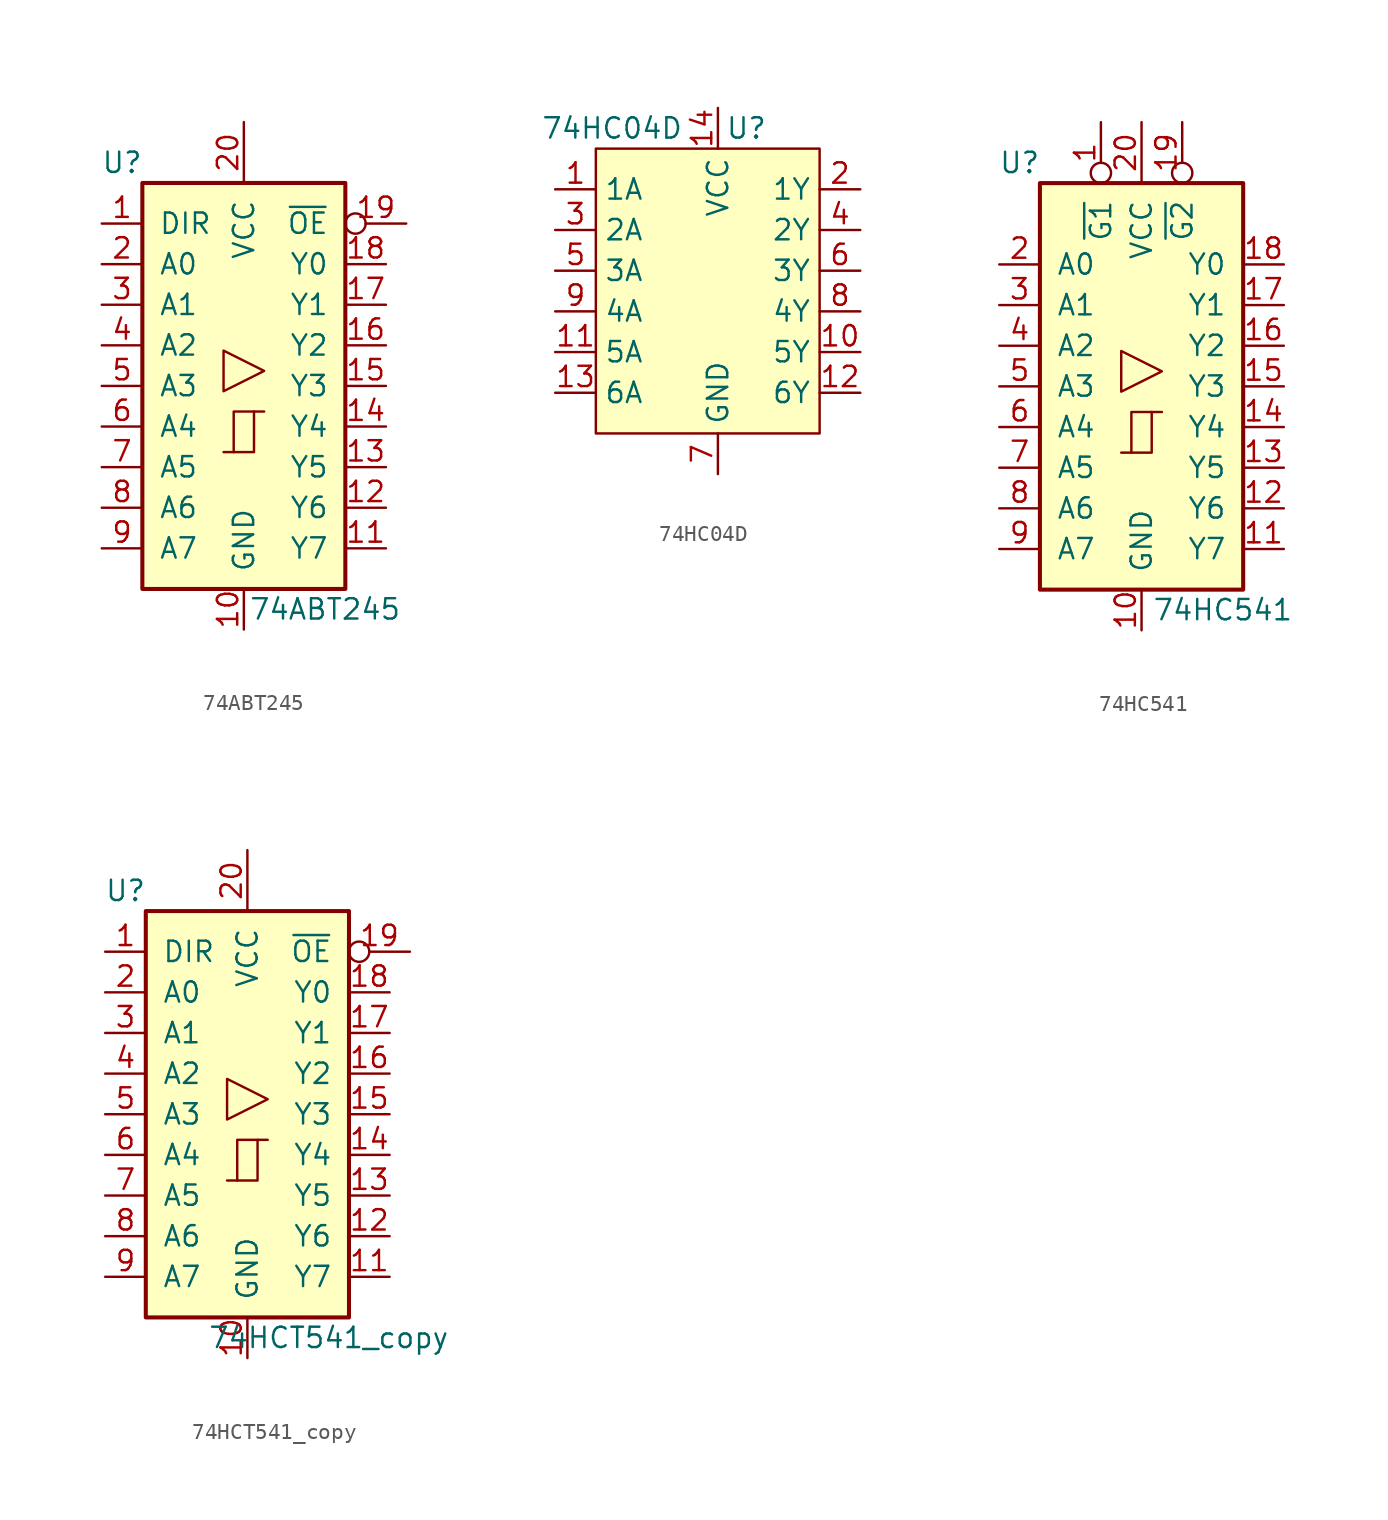
<source format=kicad_sym>
(kicad_symbol_lib
  (version 20241209)
  (generator "kicad_symbol_editor")
  (generator_version "9.0")
  (symbol "74ABT245"
    (pin_names
      (offset 1.016))
    (property "Reference" "U"
      (at -7.62 13.97 0)
      (effects (font (size 1.27 1.27))))
    (property "Value" "74ABT245"
      (at 5.08 -13.97 0)
      (effects (font (size 1.27 1.27))))
    (symbol "74ABT245_1_0"
      (polyline (pts (xy -1.27 -4.14) (xy 0.635 -4.14) (xy 0.635 -1.6) (xy 1.27 -1.6)) (stroke (width 0) (type default)) (fill (type none)))
      (polyline (pts (xy -0.635 -4.14) (xy -0.635 -1.6) (xy 0.635 -1.6)) (stroke (width 0) (type default)) (fill (type none)))
      (polyline (pts (xy 1.27 0.94) (xy -1.27 2.21) (xy -1.27 -0.33) (xy 1.27 0.94)) (stroke (width 0.152) (type default)) (fill (type none)))
      (pin input line (at -8.89 10.16 0) (length 2.54) (name "DIR" (effects (font (size 1.27 1.27)))) (number "1" (effects (font (size 1.27 1.27)))))
      (pin input line (at -8.89 7.62 0) (length 2.54) (name "A0" (effects (font (size 1.27 1.27)))) (number "2" (effects (font (size 1.27 1.27)))))
      (pin input line (at -8.89 5.08 0) (length 2.54) (name "A1" (effects (font (size 1.27 1.27)))) (number "3" (effects (font (size 1.27 1.27)))))
      (pin input line (at -8.89 2.54 0) (length 2.54) (name "A2" (effects (font (size 1.27 1.27)))) (number "4" (effects (font (size 1.27 1.27)))))
      (pin input line (at -8.89 0 0) (length 2.54) (name "A3" (effects (font (size 1.27 1.27)))) (number "5" (effects (font (size 1.27 1.27)))))
      (pin input line (at -8.89 -2.54 0) (length 2.54) (name "A4" (effects (font (size 1.27 1.27)))) (number "6" (effects (font (size 1.27 1.27)))))
      (pin input line (at -8.89 -5.08 0) (length 2.54) (name "A5" (effects (font (size 1.27 1.27)))) (number "7" (effects (font (size 1.27 1.27)))))
      (pin input line (at -8.89 -7.62 0) (length 2.54) (name "A6" (effects (font (size 1.27 1.27)))) (number "8" (effects (font (size 1.27 1.27)))))
      (pin input line (at -8.89 -10.16 0) (length 2.54) (name "A7" (effects (font (size 1.27 1.27)))) (number "9" (effects (font (size 1.27 1.27)))))
      (pin power_in line (at 0 16.51 270) (length 3.81) (name "VCC" (effects (font (size 1.27 1.27)))) (number "20" (effects (font (size 1.27 1.27)))))
      (pin power_in line (at 0 -15.24 90) (length 2.54) (name "GND" (effects (font (size 1.27 1.27)))) (number "10" (effects (font (size 1.27 1.27)))))
      (pin tri_state line (at 8.89 7.62 180) (length 2.54) (name "Y0" (effects (font (size 1.27 1.27)))) (number "18" (effects (font (size 1.27 1.27)))))
      (pin tri_state line (at 8.89 5.08 180) (length 2.54) (name "Y1" (effects (font (size 1.27 1.27)))) (number "17" (effects (font (size 1.27 1.27)))))
      (pin tri_state line (at 8.89 2.54 180) (length 2.54) (name "Y2" (effects (font (size 1.27 1.27)))) (number "16" (effects (font (size 1.27 1.27)))))
      (pin tri_state line (at 8.89 0 180) (length 2.54) (name "Y3" (effects (font (size 1.27 1.27)))) (number "15" (effects (font (size 1.27 1.27)))))
      (pin tri_state line (at 8.89 -2.54 180) (length 2.54) (name "Y4" (effects (font (size 1.27 1.27)))) (number "14" (effects (font (size 1.27 1.27)))))
      (pin tri_state line (at 8.89 -5.08 180) (length 2.54) (name "Y5" (effects (font (size 1.27 1.27)))) (number "13" (effects (font (size 1.27 1.27)))))
      (pin tri_state line (at 8.89 -7.62 180) (length 2.54) (name "Y6" (effects (font (size 1.27 1.27)))) (number "12" (effects (font (size 1.27 1.27)))))
      (pin tri_state line (at 8.89 -10.16 180) (length 2.54) (name "Y7" (effects (font (size 1.27 1.27)))) (number "11" (effects (font (size 1.27 1.27)))))
      (pin input inverted (at 10.16 10.16 180) (length 3.81) (name "~{OE}" (effects (font (size 1.27 1.27)))) (number "19" (effects (font (size 1.27 1.27))))))
    (symbol "74ABT245_1_1"
      (rectangle (start -6.35 12.7) (end 6.35 -12.7) (stroke (width 0.254) (type default)) (fill (type background)))))
  (symbol "74HC04D"
    (property "Reference" "U"
      (at 1.778 10.16 0)
      (effects (font (size 1.27 1.27))))
    (property "Value" "74HC04D"
      (at -6.604 10.16 0)
      (effects (font (size 1.27 1.27))))
    (symbol "74HC04D_1_1"
      (rectangle (start -7.62 8.89) (end 6.35 -8.89) (stroke (width 0) (type solid)) (fill (type background)))
      (pin input line (at -10.16 6.35 0) (length 2.54) (name "1A" (effects (font (size 1.27 1.27)))) (number "1" (effects (font (size 1.27 1.27)))))
      (pin input line (at -10.16 3.81 0) (length 2.54) (name "2A" (effects (font (size 1.27 1.27)))) (number "3" (effects (font (size 1.27 1.27)))))
      (pin input line (at -10.16 1.27 0) (length 2.54) (name "3A" (effects (font (size 1.27 1.27)))) (number "5" (effects (font (size 1.27 1.27)))))
      (pin input line (at -10.16 -1.27 0) (length 2.54) (name "4A" (effects (font (size 1.27 1.27)))) (number "9" (effects (font (size 1.27 1.27)))))
      (pin input line (at -10.16 -3.81 0) (length 2.54) (name "5A" (effects (font (size 1.27 1.27)))) (number "11" (effects (font (size 1.27 1.27)))))
      (pin input line (at -10.16 -6.35 0) (length 2.54) (name "6A" (effects (font (size 1.27 1.27)))) (number "13" (effects (font (size 1.27 1.27)))))
      (pin power_in line (at 0 11.43 270) (length 2.54) (name "VCC" (effects (font (size 1.27 1.27)))) (number "14" (effects (font (size 1.27 1.27)))))
      (pin power_in line (at 0 -11.43 90) (length 2.54) (name "GND" (effects (font (size 1.27 1.27)))) (number "7" (effects (font (size 1.27 1.27)))))
      (pin output line (at 8.89 6.35 180) (length 2.54) (name "1Y" (effects (font (size 1.27 1.27)))) (number "2" (effects (font (size 1.27 1.27)))))
      (pin output line (at 8.89 3.81 180) (length 2.54) (name "2Y" (effects (font (size 1.27 1.27)))) (number "4" (effects (font (size 1.27 1.27)))))
      (pin output line (at 8.89 1.27 180) (length 2.54) (name "3Y" (effects (font (size 1.27 1.27)))) (number "6" (effects (font (size 1.27 1.27)))))
      (pin output line (at 8.89 -1.27 180) (length 2.54) (name "4Y" (effects (font (size 1.27 1.27)))) (number "8" (effects (font (size 1.27 1.27)))))
      (pin output line (at 8.89 -3.81 180) (length 2.54) (name "5Y" (effects (font (size 1.27 1.27)))) (number "10" (effects (font (size 1.27 1.27)))))
      (pin output line (at 8.89 -6.35 180) (length 2.54) (name "6Y" (effects (font (size 1.27 1.27)))) (number "12" (effects (font (size 1.27 1.27)))))))
  (symbol "74HC541"
    (pin_names
      (offset 1.016))
    (property "Reference" "U"
      (at -7.62 13.97 0)
      (effects (font (size 1.27 1.27))))
    (property "Value" "74HC541"
      (at 5.08 -13.97 0)
      (effects (font (size 1.27 1.27))))
    (property "ki_locked" ""
      (at 0 0 0)
      (effects (font (size 1.27 1.27))))
    (symbol "74HC541_1_0"
      (polyline (pts (xy -1.27 -4.14) (xy 0.635 -4.14) (xy 0.635 -1.6) (xy 1.27 -1.6)) (stroke (width 0) (type default)) (fill (type none)))
      (polyline (pts (xy -0.635 -4.14) (xy -0.635 -1.6) (xy 0.635 -1.6)) (stroke (width 0) (type default)) (fill (type none)))
      (polyline (pts (xy 1.27 0.94) (xy -1.27 2.21) (xy -1.27 -0.33) (xy 1.27 0.94)) (stroke (width 0.152) (type default)) (fill (type none)))
      (pin input line (at -8.89 7.62 0) (length 2.54) (name "A0" (effects (font (size 1.27 1.27)))) (number "2" (effects (font (size 1.27 1.27)))))
      (pin input line (at -8.89 5.08 0) (length 2.54) (name "A1" (effects (font (size 1.27 1.27)))) (number "3" (effects (font (size 1.27 1.27)))))
      (pin input line (at -8.89 2.54 0) (length 2.54) (name "A2" (effects (font (size 1.27 1.27)))) (number "4" (effects (font (size 1.27 1.27)))))
      (pin input line (at -8.89 0 0) (length 2.54) (name "A3" (effects (font (size 1.27 1.27)))) (number "5" (effects (font (size 1.27 1.27)))))
      (pin input line (at -8.89 -2.54 0) (length 2.54) (name "A4" (effects (font (size 1.27 1.27)))) (number "6" (effects (font (size 1.27 1.27)))))
      (pin input line (at -8.89 -5.08 0) (length 2.54) (name "A5" (effects (font (size 1.27 1.27)))) (number "7" (effects (font (size 1.27 1.27)))))
      (pin input line (at -8.89 -7.62 0) (length 2.54) (name "A6" (effects (font (size 1.27 1.27)))) (number "8" (effects (font (size 1.27 1.27)))))
      (pin input line (at -8.89 -10.16 0) (length 2.54) (name "A7" (effects (font (size 1.27 1.27)))) (number "9" (effects (font (size 1.27 1.27)))))
      (pin input inverted (at -2.54 16.51 270) (length 3.81) (name "~{G1}" (effects (font (size 1.27 1.27)))) (number "1" (effects (font (size 1.27 1.27)))))
      (pin power_in line (at 0 16.51 270) (length 3.81) (name "VCC" (effects (font (size 1.27 1.27)))) (number "20" (effects (font (size 1.27 1.27)))))
      (pin power_in line (at 0 -15.24 90) (length 2.54) (name "GND" (effects (font (size 1.27 1.27)))) (number "10" (effects (font (size 1.27 1.27)))))
      (pin input inverted (at 2.54 16.51 270) (length 3.81) (name "~{G2}" (effects (font (size 1.27 1.27)))) (number "19" (effects (font (size 1.27 1.27)))))
      (pin tri_state line (at 8.89 7.62 180) (length 2.54) (name "Y0" (effects (font (size 1.27 1.27)))) (number "18" (effects (font (size 1.27 1.27)))))
      (pin tri_state line (at 8.89 5.08 180) (length 2.54) (name "Y1" (effects (font (size 1.27 1.27)))) (number "17" (effects (font (size 1.27 1.27)))))
      (pin tri_state line (at 8.89 2.54 180) (length 2.54) (name "Y2" (effects (font (size 1.27 1.27)))) (number "16" (effects (font (size 1.27 1.27)))))
      (pin tri_state line (at 8.89 0 180) (length 2.54) (name "Y3" (effects (font (size 1.27 1.27)))) (number "15" (effects (font (size 1.27 1.27)))))
      (pin tri_state line (at 8.89 -2.54 180) (length 2.54) (name "Y4" (effects (font (size 1.27 1.27)))) (number "14" (effects (font (size 1.27 1.27)))))
      (pin tri_state line (at 8.89 -5.08 180) (length 2.54) (name "Y5" (effects (font (size 1.27 1.27)))) (number "13" (effects (font (size 1.27 1.27)))))
      (pin tri_state line (at 8.89 -7.62 180) (length 2.54) (name "Y6" (effects (font (size 1.27 1.27)))) (number "12" (effects (font (size 1.27 1.27)))))
      (pin tri_state line (at 8.89 -10.16 180) (length 2.54) (name "Y7" (effects (font (size 1.27 1.27)))) (number "11" (effects (font (size 1.27 1.27))))))
    (symbol "74HC541_1_1"
      (rectangle (start -6.35 12.7) (end 6.35 -12.7) (stroke (width 0.254) (type default)) (fill (type background)))))
  (symbol "74HCT541_copy"
    (pin_names
      (offset 1.016))
    (property "Reference" "U"
      (at -7.62 13.97 0)
      (effects (font (size 1.27 1.27))))
    (property "Value" "74HCT541_copy"
      (at 5.08 -13.97 0)
      (effects (font (size 1.27 1.27))))
    (property "ki_locked" ""
      (at 0 0 0)
      (effects (font (size 1.27 1.27))))
    (symbol "74HCT541_copy_1_0"
      (polyline (pts (xy -1.27 -4.14) (xy 0.635 -4.14) (xy 0.635 -1.6) (xy 1.27 -1.6)) (stroke (width 0) (type default)) (fill (type none)))
      (polyline (pts (xy -0.635 -4.14) (xy -0.635 -1.6) (xy 0.635 -1.6)) (stroke (width 0) (type default)) (fill (type none)))
      (polyline (pts (xy 1.27 0.94) (xy -1.27 2.21) (xy -1.27 -0.33) (xy 1.27 0.94)) (stroke (width 0.152) (type default)) (fill (type none)))
      (pin input line (at -8.89 10.16 0) (length 2.54) (name "DIR" (effects (font (size 1.27 1.27)))) (number "1" (effects (font (size 1.27 1.27)))))
      (pin input line (at -8.89 7.62 0) (length 2.54) (name "A0" (effects (font (size 1.27 1.27)))) (number "2" (effects (font (size 1.27 1.27)))))
      (pin input line (at -8.89 5.08 0) (length 2.54) (name "A1" (effects (font (size 1.27 1.27)))) (number "3" (effects (font (size 1.27 1.27)))))
      (pin input line (at -8.89 2.54 0) (length 2.54) (name "A2" (effects (font (size 1.27 1.27)))) (number "4" (effects (font (size 1.27 1.27)))))
      (pin input line (at -8.89 0 0) (length 2.54) (name "A3" (effects (font (size 1.27 1.27)))) (number "5" (effects (font (size 1.27 1.27)))))
      (pin input line (at -8.89 -2.54 0) (length 2.54) (name "A4" (effects (font (size 1.27 1.27)))) (number "6" (effects (font (size 1.27 1.27)))))
      (pin input line (at -8.89 -5.08 0) (length 2.54) (name "A5" (effects (font (size 1.27 1.27)))) (number "7" (effects (font (size 1.27 1.27)))))
      (pin input line (at -8.89 -7.62 0) (length 2.54) (name "A6" (effects (font (size 1.27 1.27)))) (number "8" (effects (font (size 1.27 1.27)))))
      (pin input line (at -8.89 -10.16 0) (length 2.54) (name "A7" (effects (font (size 1.27 1.27)))) (number "9" (effects (font (size 1.27 1.27)))))
      (pin power_in line (at 0 16.51 270) (length 3.81) (name "VCC" (effects (font (size 1.27 1.27)))) (number "20" (effects (font (size 1.27 1.27)))))
      (pin power_in line (at 0 -15.24 90) (length 2.54) (name "GND" (effects (font (size 1.27 1.27)))) (number "10" (effects (font (size 1.27 1.27)))))
      (pin tri_state line (at 8.89 7.62 180) (length 2.54) (name "Y0" (effects (font (size 1.27 1.27)))) (number "18" (effects (font (size 1.27 1.27)))))
      (pin tri_state line (at 8.89 5.08 180) (length 2.54) (name "Y1" (effects (font (size 1.27 1.27)))) (number "17" (effects (font (size 1.27 1.27)))))
      (pin tri_state line (at 8.89 2.54 180) (length 2.54) (name "Y2" (effects (font (size 1.27 1.27)))) (number "16" (effects (font (size 1.27 1.27)))))
      (pin tri_state line (at 8.89 0 180) (length 2.54) (name "Y3" (effects (font (size 1.27 1.27)))) (number "15" (effects (font (size 1.27 1.27)))))
      (pin tri_state line (at 8.89 -2.54 180) (length 2.54) (name "Y4" (effects (font (size 1.27 1.27)))) (number "14" (effects (font (size 1.27 1.27)))))
      (pin tri_state line (at 8.89 -5.08 180) (length 2.54) (name "Y5" (effects (font (size 1.27 1.27)))) (number "13" (effects (font (size 1.27 1.27)))))
      (pin tri_state line (at 8.89 -7.62 180) (length 2.54) (name "Y6" (effects (font (size 1.27 1.27)))) (number "12" (effects (font (size 1.27 1.27)))))
      (pin tri_state line (at 8.89 -10.16 180) (length 2.54) (name "Y7" (effects (font (size 1.27 1.27)))) (number "11" (effects (font (size 1.27 1.27)))))
      (pin input inverted (at 10.16 10.16 180) (length 3.81) (name "~{OE}" (effects (font (size 1.27 1.27)))) (number "19" (effects (font (size 1.27 1.27))))))
    (symbol "74HCT541_copy_1_1"
      (rectangle (start -6.35 12.7) (end 6.35 -12.7) (stroke (width 0.254) (type default)) (fill (type background))))))
</source>
